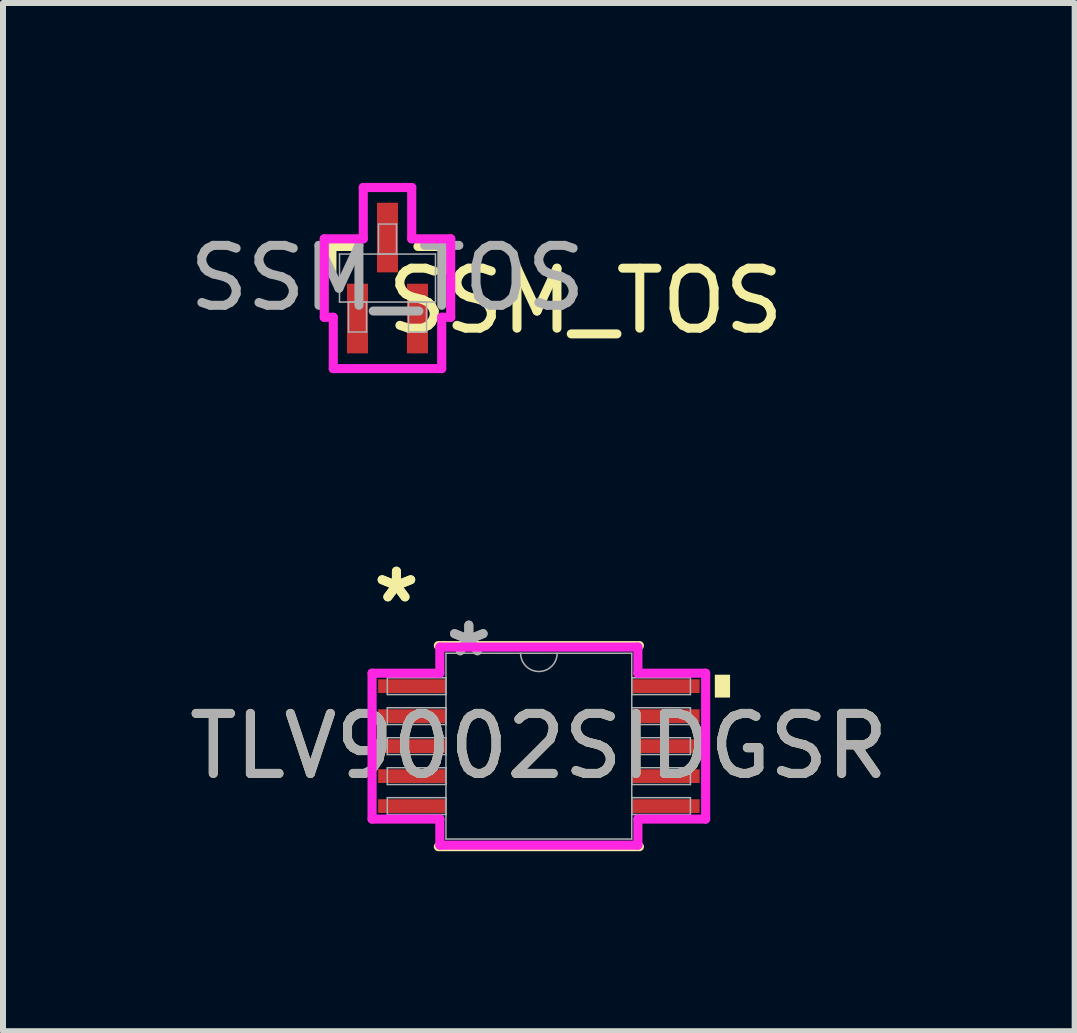
<source format=kicad_pcb>
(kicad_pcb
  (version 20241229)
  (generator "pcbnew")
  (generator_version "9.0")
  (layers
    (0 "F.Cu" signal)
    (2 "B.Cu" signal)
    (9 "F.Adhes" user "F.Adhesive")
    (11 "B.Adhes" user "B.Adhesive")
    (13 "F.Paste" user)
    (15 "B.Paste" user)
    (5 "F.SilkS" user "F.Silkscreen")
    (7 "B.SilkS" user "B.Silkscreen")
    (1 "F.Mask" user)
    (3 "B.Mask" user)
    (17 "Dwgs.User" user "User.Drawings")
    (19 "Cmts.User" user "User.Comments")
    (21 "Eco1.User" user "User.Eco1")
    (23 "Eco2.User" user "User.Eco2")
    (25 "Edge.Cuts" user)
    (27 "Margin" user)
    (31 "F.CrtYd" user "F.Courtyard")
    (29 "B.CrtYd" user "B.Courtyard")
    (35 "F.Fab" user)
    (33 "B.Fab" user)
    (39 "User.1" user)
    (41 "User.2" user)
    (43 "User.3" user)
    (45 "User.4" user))
  (footprint "SSM_TOS"
    (layer "F.Cu")
    (at 3.411 1.586)
    (property "Reference" "SSM_TOS" (at 3.302 0.381 0) (unlocked yes) (layer "F.SilkS") (effects (font (size 1 1) (thickness 0.15))))
    (attr smd)
    (fp_line (start -0.927 -0.527) (end -0.927 -0.123) (stroke (width 0.152) (type solid)) (layer "F.SilkS"))
    (fp_line (start -0.508 -0.527) (end -0.927 -0.527) (stroke (width 0.152) (type solid)) (layer "F.SilkS"))
    (fp_line (start 0.927 -0.527) (end 0.508 -0.527) (stroke (width 0.152) (type solid)) (layer "F.SilkS"))
    (fp_line (start 0.927 -0.123) (end 0.927 -0.527) (stroke (width 0.152) (type solid)) (layer "F.SilkS"))
    (fp_line (start -1.054 -0.654) (end -0.404 -0.654) (stroke (width 0.152) (type solid)) (layer "F.CrtYd"))
    (fp_line (start -1.054 0.654) (end -1.054 -0.654) (stroke (width 0.152) (type solid)) (layer "F.CrtYd"))
    (fp_line (start -1.054 0.654) (end -0.904 0.654) (stroke (width 0.152) (type solid)) (layer "F.CrtYd"))
    (fp_line (start -0.904 0.654) (end -0.904 1.51) (stroke (width 0.152) (type solid)) (layer "F.CrtYd"))
    (fp_line (start -0.904 1.51) (end 0.904 1.51) (stroke (width 0.152) (type solid)) (layer "F.CrtYd"))
    (fp_line (start -0.404 -1.51) (end 0.404 -1.51) (stroke (width 0.152) (type solid)) (layer "F.CrtYd"))
    (fp_line (start -0.404 -0.654) (end -0.404 -1.51) (stroke (width 0.152) (type solid)) (layer "F.CrtYd"))
    (fp_line (start 0.404 -0.654) (end 0.404 -1.51) (stroke (width 0.152) (type solid)) (layer "F.CrtYd"))
    (fp_line (start 0.904 0.654) (end 0.904 1.51) (stroke (width 0.152) (type solid)) (layer "F.CrtYd"))
    (fp_line (start 1.054 -0.654) (end 0.404 -0.654) (stroke (width 0.152) (type solid)) (layer "F.CrtYd"))
    (fp_line (start 1.054 -0.654) (end 1.054 0.654) (stroke (width 0.152) (type solid)) (layer "F.CrtYd"))
    (fp_line (start 1.054 0.654) (end 0.904 0.654) (stroke (width 0.152) (type solid)) (layer "F.CrtYd"))
    (fp_line (start -0.8 -0.4) (end -0.8 0.4) (stroke (width 0.025) (type solid)) (layer "F.Fab"))
    (fp_line (start -0.8 0.4) (end 0.8 0.4) (stroke (width 0.025) (type solid)) (layer "F.Fab"))
    (fp_line (start -0.65 0.4) (end -0.65 0.9) (stroke (width 0.025) (type solid)) (layer "F.Fab"))
    (fp_line (start -0.65 0.9) (end -0.35 0.9) (stroke (width 0.025) (type solid)) (layer "F.Fab"))
    (fp_line (start -0.35 0.4) (end -0.65 0.4) (stroke (width 0.025) (type solid)) (layer "F.Fab"))
    (fp_line (start -0.35 0.9) (end -0.35 0.4) (stroke (width 0.025) (type solid)) (layer "F.Fab"))
    (fp_line (start -0.15 -0.9) (end -0.15 -0.4) (stroke (width 0.025) (type solid)) (layer "F.Fab"))
    (fp_line (start -0.15 -0.4) (end 0.15 -0.4) (stroke (width 0.025) (type solid)) (layer "F.Fab"))
    (fp_line (start 0.15 -0.9) (end -0.15 -0.9) (stroke (width 0.025) (type solid)) (layer "F.Fab"))
    (fp_line (start 0.15 -0.4) (end 0.15 -0.9) (stroke (width 0.025) (type solid)) (layer "F.Fab"))
    (fp_line (start 0.35 0.4) (end 0.35 0.9) (stroke (width 0.025) (type solid)) (layer "F.Fab"))
    (fp_line (start 0.35 0.9) (end 0.65 0.9) (stroke (width 0.025) (type solid)) (layer "F.Fab"))
    (fp_line (start 0.65 0.4) (end 0.35 0.4) (stroke (width 0.025) (type solid)) (layer "F.Fab"))
    (fp_line (start 0.65 0.9) (end 0.65 0.4) (stroke (width 0.025) (type solid)) (layer "F.Fab"))
    (fp_line (start 0.8 -0.4) (end -0.8 -0.4) (stroke (width 0.025) (type solid)) (layer "F.Fab"))
    (fp_line (start 0.8 0.4) (end 0.8 -0.4) (stroke (width 0.025) (type solid)) (layer "F.Fab"))
    (fp_circle (center -0.5 0.146) (end -0.5 0.146) (stroke (width 0.025) (type solid)) (fill no) (layer "F.Fab"))
    (fp_text user "${REFERENCE}" (at 0 0 0) (unlocked yes) (layer "F.Fab") (effects (font (size 1 1) (thickness 0.15))))
    (pad "1" smd rect (at -0.5 0.675) (size 0.351 1.161) (layers "F.Cu" "F.Mask" "F.Paste"))
    (pad "2" smd rect (at 0.5 0.675) (size 0.351 1.161) (layers "F.Cu" "F.Mask" "F.Paste"))
    (pad "3" smd rect (at 0 -0.675) (size 0.351 1.161) (layers "F.Cu" "F.Mask" "F.Paste")))
  (footprint "TLV9002SIDGSR"
    (layer "F.Cu")
    (at 5.935 9.391)
    (property "Reference" "TLV9002SIDGSR" (at 0 0 0) (unlocked yes) (layer "F.SilkS") (effects (font (size 1 1) (thickness 0.15))))
    (attr smd)
    (fp_line (start -1.676 1.676) (end 1.676 1.676) (stroke (width 0.152) (type solid)) (layer "F.SilkS"))
    (fp_line (start 1.676 -1.676) (end -1.676 -1.676) (stroke (width 0.152) (type solid)) (layer "F.SilkS"))
    (fp_poly (pts (xy 3.188 -1.191) (xy 3.188 -0.81) (xy 2.934 -0.81) (xy 2.934 -1.191)) (stroke (width 0) (type solid)) (fill yes) (layer "F.SilkS"))
    (fp_line (start -2.781 -1.216) (end -1.651 -1.216) (stroke (width 0.152) (type solid)) (layer "F.CrtYd"))
    (fp_line (start -2.781 1.216) (end -2.781 -1.216) (stroke (width 0.152) (type solid)) (layer "F.CrtYd"))
    (fp_line (start -2.781 1.216) (end -1.651 1.216) (stroke (width 0.152) (type solid)) (layer "F.CrtYd"))
    (fp_line (start -1.651 -1.651) (end 1.651 -1.651) (stroke (width 0.152) (type solid)) (layer "F.CrtYd"))
    (fp_line (start -1.651 -1.216) (end -1.651 -1.651) (stroke (width 0.152) (type solid)) (layer "F.CrtYd"))
    (fp_line (start -1.651 1.651) (end -1.651 1.216) (stroke (width 0.152) (type solid)) (layer "F.CrtYd"))
    (fp_line (start 1.651 -1.651) (end 1.651 -1.216) (stroke (width 0.152) (type solid)) (layer "F.CrtYd"))
    (fp_line (start 1.651 1.216) (end 1.651 1.651) (stroke (width 0.152) (type solid)) (layer "F.CrtYd"))
    (fp_line (start 1.651 1.651) (end -1.651 1.651) (stroke (width 0.152) (type solid)) (layer "F.CrtYd"))
    (fp_line (start 2.781 -1.216) (end 1.651 -1.216) (stroke (width 0.152) (type solid)) (layer "F.CrtYd"))
    (fp_line (start 2.781 -1.216) (end 2.781 1.216) (stroke (width 0.152) (type solid)) (layer "F.CrtYd"))
    (fp_line (start 2.781 1.216) (end 1.651 1.216) (stroke (width 0.152) (type solid)) (layer "F.CrtYd"))
    (fp_line (start -2.527 -1.14) (end -2.527 -0.86) (stroke (width 0.025) (type solid)) (layer "F.Fab"))
    (fp_line (start -2.527 -0.86) (end -1.549 -0.86) (stroke (width 0.025) (type solid)) (layer "F.Fab"))
    (fp_line (start -2.527 -0.64) (end -2.527 -0.36) (stroke (width 0.025) (type solid)) (layer "F.Fab"))
    (fp_line (start -2.527 -0.36) (end -1.549 -0.36) (stroke (width 0.025) (type solid)) (layer "F.Fab"))
    (fp_line (start -2.527 -0.14) (end -2.527 0.14) (stroke (width 0.025) (type solid)) (layer "F.Fab"))
    (fp_line (start -2.527 0.14) (end -1.549 0.14) (stroke (width 0.025) (type solid)) (layer "F.Fab"))
    (fp_line (start -2.527 0.36) (end -2.527 0.64) (stroke (width 0.025) (type solid)) (layer "F.Fab"))
    (fp_line (start -2.527 0.64) (end -1.549 0.64) (stroke (width 0.025) (type solid)) (layer "F.Fab"))
    (fp_line (start -2.527 0.86) (end -2.527 1.14) (stroke (width 0.025) (type solid)) (layer "F.Fab"))
    (fp_line (start -2.527 1.14) (end -1.549 1.14) (stroke (width 0.025) (type solid)) (layer "F.Fab"))
    (fp_line (start -1.549 -1.549) (end -1.549 1.549) (stroke (width 0.025) (type solid)) (layer "F.Fab"))
    (fp_line (start -1.549 -1.14) (end -2.527 -1.14) (stroke (width 0.025) (type solid)) (layer "F.Fab"))
    (fp_line (start -1.549 -0.86) (end -1.549 -1.14) (stroke (width 0.025) (type solid)) (layer "F.Fab"))
    (fp_line (start -1.549 -0.64) (end -2.527 -0.64) (stroke (width 0.025) (type solid)) (layer "F.Fab"))
    (fp_line (start -1.549 -0.36) (end -1.549 -0.64) (stroke (width 0.025) (type solid)) (layer "F.Fab"))
    (fp_line (start -1.549 -0.14) (end -2.527 -0.14) (stroke (width 0.025) (type solid)) (layer "F.Fab"))
    (fp_line (start -1.549 0.14) (end -1.549 -0.14) (stroke (width 0.025) (type solid)) (layer "F.Fab"))
    (fp_line (start -1.549 0.36) (end -2.527 0.36) (stroke (width 0.025) (type solid)) (layer "F.Fab"))
    (fp_line (start -1.549 0.64) (end -1.549 0.36) (stroke (width 0.025) (type solid)) (layer "F.Fab"))
    (fp_line (start -1.549 0.86) (end -2.527 0.86) (stroke (width 0.025) (type solid)) (layer "F.Fab"))
    (fp_line (start -1.549 1.14) (end -1.549 0.86) (stroke (width 0.025) (type solid)) (layer "F.Fab"))
    (fp_line (start -1.549 1.549) (end 1.549 1.549) (stroke (width 0.025) (type solid)) (layer "F.Fab"))
    (fp_line (start 1.549 -1.549) (end -1.549 -1.549) (stroke (width 0.025) (type solid)) (layer "F.Fab"))
    (fp_line (start 1.549 -1.14) (end 1.549 -0.86) (stroke (width 0.025) (type solid)) (layer "F.Fab"))
    (fp_line (start 1.549 -0.86) (end 2.527 -0.86) (stroke (width 0.025) (type solid)) (layer "F.Fab"))
    (fp_line (start 1.549 -0.64) (end 1.549 -0.36) (stroke (width 0.025) (type solid)) (layer "F.Fab"))
    (fp_line (start 1.549 -0.36) (end 2.527 -0.36) (stroke (width 0.025) (type solid)) (layer "F.Fab"))
    (fp_line (start 1.549 -0.14) (end 1.549 0.14) (stroke (width 0.025) (type solid)) (layer "F.Fab"))
    (fp_line (start 1.549 0.14) (end 2.527 0.14) (stroke (width 0.025) (type solid)) (layer "F.Fab"))
    (fp_line (start 1.549 0.36) (end 1.549 0.64) (stroke (width 0.025) (type solid)) (layer "F.Fab"))
    (fp_line (start 1.549 0.64) (end 2.527 0.64) (stroke (width 0.025) (type solid)) (layer "F.Fab"))
    (fp_line (start 1.549 0.86) (end 1.549 1.14) (stroke (width 0.025) (type solid)) (layer "F.Fab"))
    (fp_line (start 1.549 1.14) (end 2.527 1.14) (stroke (width 0.025) (type solid)) (layer "F.Fab"))
    (fp_line (start 1.549 1.549) (end 1.549 -1.549) (stroke (width 0.025) (type solid)) (layer "F.Fab"))
    (fp_line (start 2.527 -1.14) (end 1.549 -1.14) (stroke (width 0.025) (type solid)) (layer "F.Fab"))
    (fp_line (start 2.527 -0.86) (end 2.527 -1.14) (stroke (width 0.025) (type solid)) (layer "F.Fab"))
    (fp_line (start 2.527 -0.64) (end 1.549 -0.64) (stroke (width 0.025) (type solid)) (layer "F.Fab"))
    (fp_line (start 2.527 -0.36) (end 2.527 -0.64) (stroke (width 0.025) (type solid)) (layer "F.Fab"))
    (fp_line (start 2.527 -0.14) (end 1.549 -0.14) (stroke (width 0.025) (type solid)) (layer "F.Fab"))
    (fp_line (start 2.527 0.14) (end 2.527 -0.14) (stroke (width 0.025) (type solid)) (layer "F.Fab"))
    (fp_line (start 2.527 0.36) (end 1.549 0.36) (stroke (width 0.025) (type solid)) (layer "F.Fab"))
    (fp_line (start 2.527 0.64) (end 2.527 0.36) (stroke (width 0.025) (type solid)) (layer "F.Fab"))
    (fp_line (start 2.527 0.86) (end 1.549 0.86) (stroke (width 0.025) (type solid)) (layer "F.Fab"))
    (fp_line (start 2.527 1.14) (end 2.527 0.86) (stroke (width 0.025) (type solid)) (layer "F.Fab"))
    (fp_arc (start 0.3048 -1.5494) (mid 0 -1.2446) (end -0.3048 -1.5494) (stroke (width 0.0254) (type solid)) (layer "F.Fab"))
    (fp_text user "*" (at -2.375 -2.372 0) (layer "F.SilkS") (effects (font (size 1 1) (thickness 0.15))))
    (fp_text user "*" (at -2.375 -2.372 0) (unlocked yes) (layer "F.SilkS") (effects (font (size 1 1) (thickness 0.15))))
    (fp_text user "*" (at -1.168 -1.473 0) (layer "F.Fab") (effects (font (size 1 1) (thickness 0.15))))
    (fp_text user "*" (at -1.168 -1.473 0) (unlocked yes) (layer "F.Fab") (effects (font (size 1 1) (thickness 0.15))))
    (fp_text user "${REFERENCE}" (at 0 0 0) (unlocked yes) (layer "F.Fab") (effects (font (size 1 1) (thickness 0.15))))
    (pad "1" smd rect (at -2.121 -1) (size 1.118 0.229) (layers "F.Cu" "F.Mask" "F.Paste"))
    (pad "2" smd rect (at -2.121 -0.5) (size 1.118 0.229) (layers "F.Cu" "F.Mask" "F.Paste"))
    (pad "3" smd rect (at -2.121 0) (size 1.118 0.229) (layers "F.Cu" "F.Mask" "F.Paste"))
    (pad "4" smd rect (at -2.121 0.5) (size 1.118 0.229) (layers "F.Cu" "F.Mask" "F.Paste"))
    (pad "5" smd rect (at -2.121 1) (size 1.118 0.229) (layers "F.Cu" "F.Mask" "F.Paste"))
    (pad "6" smd rect (at 2.121 1) (size 1.118 0.229) (layers "F.Cu" "F.Mask" "F.Paste"))
    (pad "7" smd rect (at 2.121 0.5) (size 1.118 0.229) (layers "F.Cu" "F.Mask" "F.Paste"))
    (pad "8" smd rect (at 2.121 0) (size 1.118 0.229) (layers "F.Cu" "F.Mask" "F.Paste"))
    (pad "9" smd rect (at 2.121 -0.5) (size 1.118 0.229) (layers "F.Cu" "F.Mask" "F.Paste"))
    (pad "10" smd rect (at 2.121 -1) (size 1.118 0.229) (layers "F.Cu" "F.Mask" "F.Paste")))
  (gr_rect
    (start -3 -3)
    (end 14.869 14.144)
    (stroke (width 0.1) (type default))
    (fill no)
    (layer "Edge.Cuts")))
</source>
